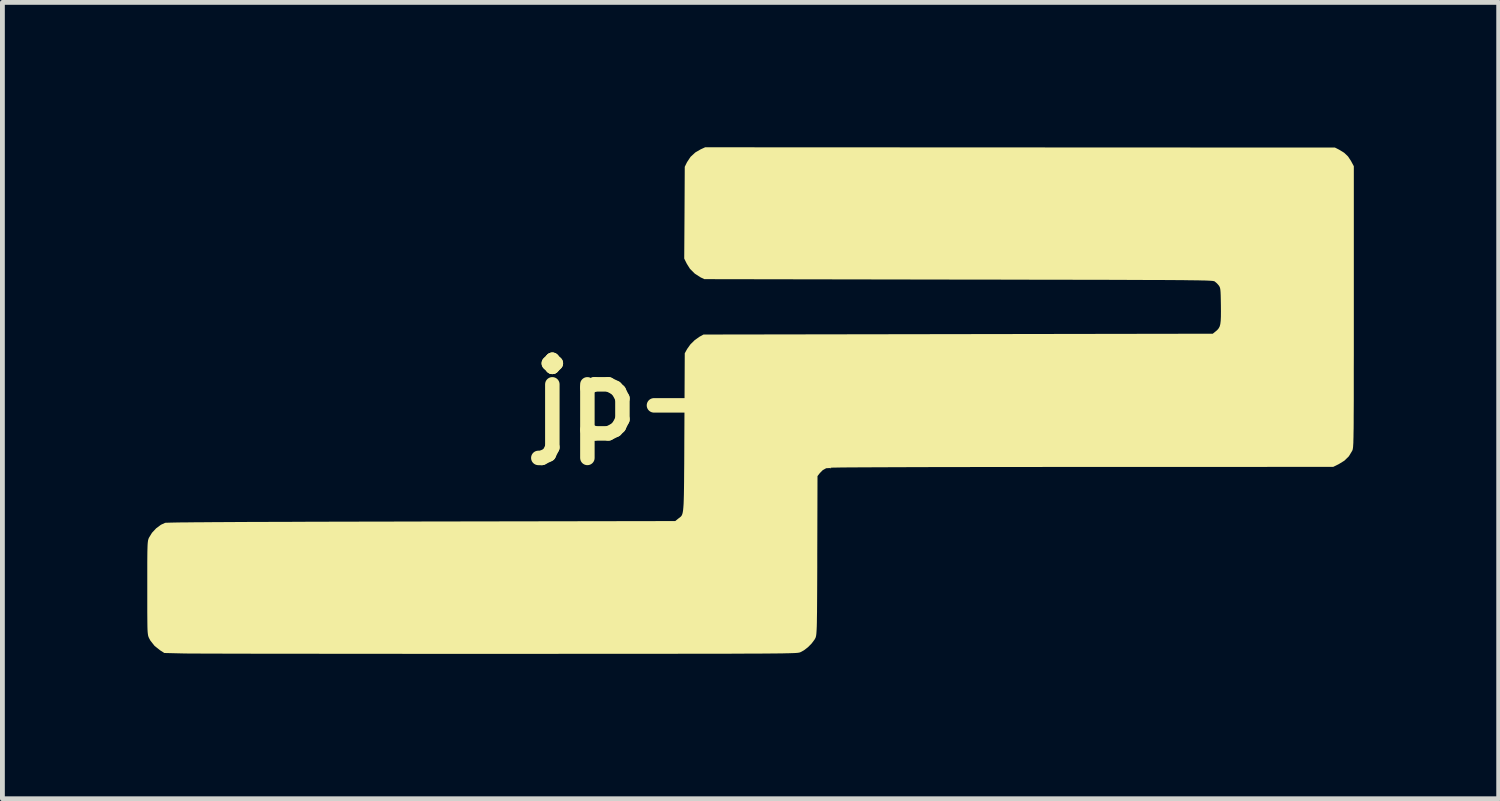
<source format=kicad_pcb>
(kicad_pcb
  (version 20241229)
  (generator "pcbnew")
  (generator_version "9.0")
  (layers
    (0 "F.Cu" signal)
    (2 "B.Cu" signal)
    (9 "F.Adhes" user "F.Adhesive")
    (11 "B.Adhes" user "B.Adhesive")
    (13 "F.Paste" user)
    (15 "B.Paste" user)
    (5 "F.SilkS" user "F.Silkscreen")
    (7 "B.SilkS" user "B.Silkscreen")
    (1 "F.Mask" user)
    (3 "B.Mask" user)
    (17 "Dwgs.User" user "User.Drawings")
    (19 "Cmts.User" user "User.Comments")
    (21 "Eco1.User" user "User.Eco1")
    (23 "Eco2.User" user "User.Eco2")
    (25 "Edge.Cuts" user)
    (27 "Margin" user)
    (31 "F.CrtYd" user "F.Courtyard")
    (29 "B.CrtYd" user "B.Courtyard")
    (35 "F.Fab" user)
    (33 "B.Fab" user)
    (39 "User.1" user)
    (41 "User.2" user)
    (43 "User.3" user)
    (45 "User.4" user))
  (footprint "jp-logo"
    (layer "F.Cu")
    (at 12.489 5.236)
    (property "Reference" "jp-logo" (at 0 0 0) (layer "F.SilkS") (effects (font (size 1.524 1.524) (thickness 0.3))))
    (attr board_only exclude_from_pos_files exclude_from_bom)
    (fp_poly (pts (xy 12.107 -5.23) (xy 12.192 -5.187) (xy 12.297 -5.123) (xy 12.377 -5.047) (xy 12.442 -4.949) (xy 12.444 -4.944) (xy 12.498 -4.844) (xy 12.498 -1.933) (xy 12.498 -1.566) (xy 12.498 -1.231) (xy 12.498 -0.926) (xy 12.497 -0.651) (xy 12.497 -0.404) (xy 12.497 -0.182) (xy 12.497 0.014) (xy 12.496 0.188) (xy 12.495 0.34) (xy 12.495 0.472) (xy 12.494 0.586) (xy 12.492 0.682) (xy 12.491 0.763) (xy 12.489 0.83) (xy 12.488 0.885) (xy 12.485 0.928) (xy 12.483 0.963) (xy 12.48 0.989) (xy 12.477 1.009) (xy 12.474 1.024) (xy 12.47 1.036) (xy 12.466 1.046) (xy 12.463 1.052) (xy 12.395 1.164) (xy 12.303 1.254) (xy 12.191 1.323) (xy 12.071 1.383) (xy 6.849 1.384) (xy 6.349 1.384) (xy 5.869 1.385) (xy 5.412 1.385) (xy 4.977 1.385) (xy 4.566 1.386) (xy 4.179 1.387) (xy 3.817 1.387) (xy 3.48 1.388) (xy 3.17 1.389) (xy 2.887 1.39) (xy 2.631 1.391) (xy 2.404 1.392) (xy 2.205 1.393) (xy 2.036 1.394) (xy 1.898 1.395) (xy 1.791 1.397) (xy 1.715 1.398) (xy 1.672 1.4) (xy 1.661 1.401) (xy 1.677 1.41) (xy 1.664 1.411) (xy 1.641 1.407) (xy 1.571 1.411) (xy 1.502 1.448) (xy 1.439 1.512) (xy 1.391 1.574) (xy 1.387 2.908) (xy 1.386 3.207) (xy 1.386 3.473) (xy 1.385 3.71) (xy 1.384 3.919) (xy 1.383 4.101) (xy 1.382 4.26) (xy 1.381 4.395) (xy 1.379 4.51) (xy 1.378 4.607) (xy 1.376 4.686) (xy 1.373 4.751) (xy 1.37 4.802) (xy 1.367 4.842) (xy 1.363 4.873) (xy 1.358 4.897) (xy 1.353 4.915) (xy 1.347 4.929) (xy 1.34 4.941) (xy 1.333 4.954) (xy 1.329 4.961) (xy 1.27 5.04) (xy 1.194 5.117) (xy 1.111 5.181) (xy 1.033 5.223) (xy 1.025 5.225) (xy 1.015 5.228) (xy 1.003 5.23) (xy 0.986 5.233) (xy 0.965 5.235) (xy 0.937 5.237) (xy 0.903 5.239) (xy 0.86 5.24) (xy 0.808 5.242) (xy 0.747 5.243) (xy 0.674 5.245) (xy 0.589 5.246) (xy 0.49 5.247) (xy 0.378 5.248) (xy 0.25 5.249) (xy 0.106 5.25) (xy -0.056 5.25) (xy -0.235 5.251) (xy -0.434 5.252) (xy -0.654 5.252) (xy -0.895 5.253) (xy -1.158 5.253) (xy -1.445 5.253) (xy -1.757 5.254) (xy -2.094 5.254) (xy -2.458 5.254) (xy -2.849 5.254) (xy -3.269 5.254) (xy -3.718 5.254) (xy -4.199 5.255) (xy -4.711 5.255) (xy -5.22 5.255) (xy -5.678 5.255) (xy -6.13 5.255) (xy -6.573 5.255) (xy -7.007 5.255) (xy -7.431 5.254) (xy -7.842 5.254) (xy -8.24 5.254) (xy -8.624 5.254) (xy -8.992 5.253) (xy -9.343 5.253) (xy -9.676 5.253) (xy -9.989 5.252) (xy -10.281 5.252) (xy -10.551 5.251) (xy -10.798 5.251) (xy -11.02 5.25) (xy -11.216 5.25) (xy -11.385 5.249) (xy -11.525 5.248) (xy -11.636 5.248) (xy -11.715 5.247) (xy -11.762 5.246) (xy -11.764 5.246) (xy -12.136 5.237) (xy -12.224 5.181) (xy -12.338 5.09) (xy -12.423 4.983) (xy -12.454 4.926) (xy -12.461 4.909) (xy -12.468 4.891) (xy -12.473 4.869) (xy -12.477 4.841) (xy -12.481 4.804) (xy -12.484 4.755) (xy -12.486 4.691) (xy -12.487 4.61) (xy -12.488 4.508) (xy -12.489 4.384) (xy -12.489 4.233) (xy -12.489 4.053) (xy -12.489 3.888) (xy -12.489 3.683) (xy -12.489 3.51) (xy -12.489 3.364) (xy -12.488 3.244) (xy -12.487 3.147) (xy -12.485 3.07) (xy -12.483 3.009) (xy -12.48 2.963) (xy -12.476 2.928) (xy -12.472 2.901) (xy -12.466 2.881) (xy -12.46 2.863) (xy -12.454 2.85) (xy -12.391 2.747) (xy -12.305 2.655) (xy -12.207 2.582) (xy -12.121 2.542) (xy -12.104 2.54) (xy -12.062 2.539) (xy -11.997 2.537) (xy -11.906 2.535) (xy -11.79 2.533) (xy -11.648 2.532) (xy -11.479 2.53) (xy -11.284 2.529) (xy -11.061 2.527) (xy -10.81 2.526) (xy -10.53 2.524) (xy -10.221 2.523) (xy -9.883 2.522) (xy -9.514 2.521) (xy -9.115 2.519) (xy -8.684 2.518) (xy -8.222 2.517) (xy -7.727 2.516) (xy -7.199 2.515) (xy -6.811 2.514) (xy -1.555 2.505) (xy -1.49 2.452) (xy -1.471 2.438) (xy -1.455 2.426) (xy -1.44 2.413) (xy -1.427 2.398) (xy -1.416 2.379) (xy -1.407 2.354) (xy -1.399 2.321) (xy -1.392 2.277) (xy -1.387 2.221) (xy -1.382 2.151) (xy -1.379 2.065) (xy -1.376 1.96) (xy -1.374 1.834) (xy -1.372 1.687) (xy -1.371 1.514) (xy -1.369 1.316) (xy -1.368 1.089) (xy -1.367 0.831) (xy -1.366 0.666) (xy -1.358 -0.97) (xy -1.308 -1.06) (xy -1.241 -1.154) (xy -1.152 -1.242) (xy -1.052 -1.313) (xy -1.037 -1.321) (xy -0.97 -1.358) (xy 9.577 -1.375) (xy 9.64 -1.426) (xy 9.674 -1.456) (xy 9.7 -1.488) (xy 9.72 -1.526) (xy 9.733 -1.575) (xy 9.741 -1.64) (xy 9.745 -1.725) (xy 9.746 -1.835) (xy 9.745 -1.965) (xy 9.743 -2.084) (xy 9.741 -2.173) (xy 9.738 -2.239) (xy 9.734 -2.286) (xy 9.728 -2.319) (xy 9.72 -2.343) (xy 9.709 -2.363) (xy 9.703 -2.372) (xy 9.664 -2.417) (xy 9.62 -2.454) (xy 9.618 -2.456) (xy 9.613 -2.459) (xy 9.606 -2.462) (xy 9.596 -2.464) (xy 9.582 -2.467) (xy 9.564 -2.469) (xy 9.538 -2.471) (xy 9.506 -2.473) (xy 9.465 -2.475) (xy 9.414 -2.477) (xy 9.353 -2.478) (xy 9.28 -2.48) (xy 9.194 -2.481) (xy 9.094 -2.482) (xy 8.978 -2.484) (xy 8.847 -2.485) (xy 8.698 -2.486) (xy 8.531 -2.487) (xy 8.344 -2.487) (xy 8.137 -2.488) (xy 7.907 -2.489) (xy 7.655 -2.49) (xy 7.379 -2.491) (xy 7.077 -2.491) (xy 6.75 -2.492) (xy 6.395 -2.493) (xy 6.011 -2.493) (xy 5.598 -2.494) (xy 5.154 -2.495) (xy 4.679 -2.496) (xy 4.309 -2.496) (xy -0.953 -2.505) (xy -1.032 -2.543) (xy -1.151 -2.62) (xy -1.25 -2.719) (xy -1.316 -2.824) (xy -1.369 -2.931) (xy -1.363 -3.882) (xy -1.358 -4.832) (xy -1.311 -4.928) (xy -1.238 -5.038) (xy -1.138 -5.13) (xy -1.031 -5.192) (xy -0.936 -5.236)) (stroke (width 0) (type solid)) (fill yes) (layer "F.SilkS")))
  (gr_rect
    (start -3 -3)
    (end 27.987 13.491)
    (stroke (width 0.1) (type default))
    (fill no)
    (layer "Edge.Cuts")))
</source>
